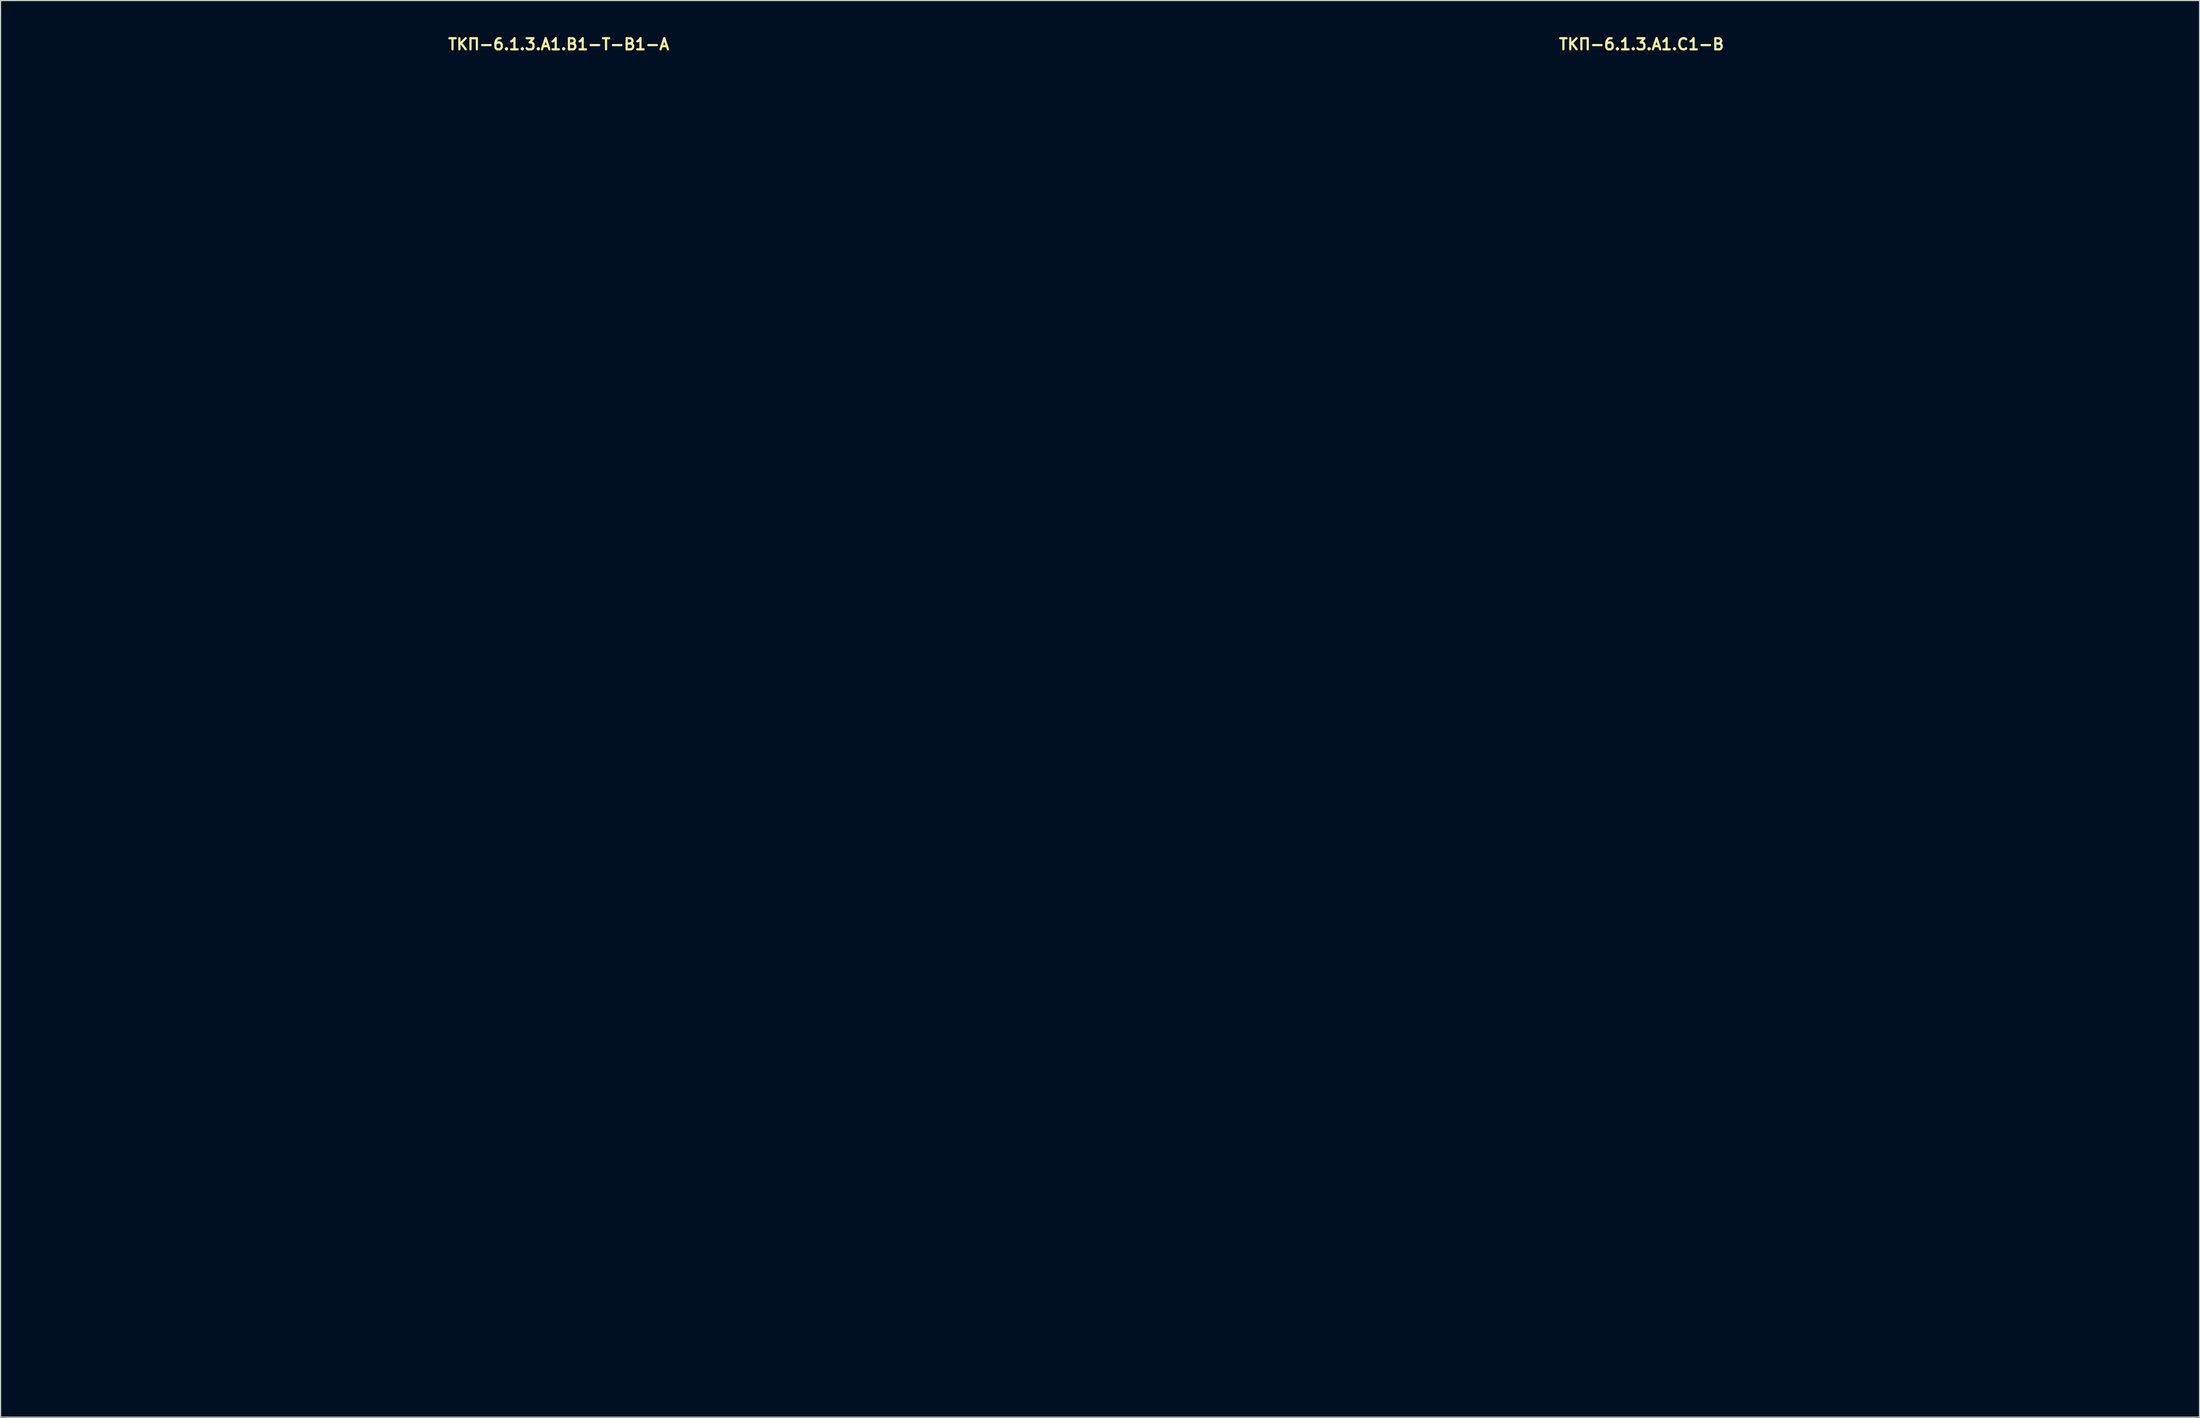
<source format=kicad_pcb>
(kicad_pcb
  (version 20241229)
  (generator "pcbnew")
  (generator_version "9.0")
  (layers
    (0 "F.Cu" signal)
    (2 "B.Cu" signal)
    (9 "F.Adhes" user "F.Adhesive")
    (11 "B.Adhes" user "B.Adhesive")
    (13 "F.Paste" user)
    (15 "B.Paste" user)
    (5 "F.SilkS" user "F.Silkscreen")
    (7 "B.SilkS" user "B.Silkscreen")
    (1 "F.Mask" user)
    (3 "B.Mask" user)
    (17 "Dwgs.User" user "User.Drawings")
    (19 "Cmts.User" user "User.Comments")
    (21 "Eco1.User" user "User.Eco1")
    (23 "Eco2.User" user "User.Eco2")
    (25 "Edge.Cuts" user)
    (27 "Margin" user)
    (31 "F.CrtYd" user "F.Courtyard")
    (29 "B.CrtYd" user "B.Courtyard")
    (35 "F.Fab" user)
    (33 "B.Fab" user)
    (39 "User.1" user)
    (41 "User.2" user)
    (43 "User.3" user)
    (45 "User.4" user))
  (footprint "ТКП-6.1.3.A1.B1-T-B1-A"
    (layer "F.Cu")
    (at 47.2 61.515)
    (property "Reference" "ТКП-6.1.3.A1.B1-T-B1-A" (at 0 -60.579 0) (layer "F.SilkS") (effects (font (size 1 1) (thickness 0.2))))
    (attr through_hole)
    (fp_line (start -47 -56.65) (end -47 56.65) (stroke (width 0.4) (type solid)) (layer "Eco1.User"))
    (fp_line (start -43.9 -59.75) (end 43.9 -59.75) (stroke (width 0.4) (type solid)) (layer "Eco1.User"))
    (fp_line (start -43.9 59.75) (end 43.9 59.75) (stroke (width 0.4) (type solid)) (layer "Eco1.User"))
    (fp_line (start 47 -56.65) (end 47 56.65) (stroke (width 0.4) (type solid)) (layer "Eco1.User"))
    (fp_arc (start -47 -56.65) (mid -46.092031 -58.842031) (end -43.9 -59.75) (stroke (width 0.4) (type solid)) (layer "Eco1.User"))
    (fp_arc (start -43.9 59.75) (mid -46.092031 58.842031) (end -47 56.65) (stroke (width 0.4) (type solid)) (layer "Eco1.User"))
    (fp_arc (start 43.9 -59.75) (mid 46.092031 -58.842031) (end 47 -56.65) (stroke (width 0.4) (type solid)) (layer "Eco1.User"))
    (fp_arc (start 47 56.65) (mid 46.092031 58.842031) (end 43.9 59.75) (stroke (width 0.4) (type solid)) (layer "Eco1.User"))
    (fp_circle (center -38.6 -51.35) (end -37.1 -51.35) (stroke (width 0.4) (type solid)) (fill no) (layer "Eco1.User"))
    (fp_circle (center -38.6 -51.35) (end -35.1 -51.35) (stroke (width 0.4) (type solid)) (fill no) (layer "Eco1.User"))
    (fp_circle (center -38.6 51.35) (end -37.1 51.35) (stroke (width 0.4) (type solid)) (fill no) (layer "Eco1.User"))
    (fp_circle (center -38.6 51.35) (end -35.1 51.35) (stroke (width 0.4) (type solid)) (fill no) (layer "Eco1.User"))
    (fp_circle (center -33.02 -31.55) (end -29.42 -31.55) (stroke (width 0.4) (type solid)) (fill no) (layer "Eco1.User"))
    (fp_circle (center -33.02 -31.55) (end -23.52 -31.55) (stroke (width 0.4) (type solid)) (fill no) (layer "Eco1.User"))
    (fp_circle (center -29.21 -52.07) (end -27.71 -52.07) (stroke (width 0.4) (type solid)) (fill no) (layer "Eco1.User"))
    (fp_circle (center -29.21 -52.07) (end -25.71 -52.07) (stroke (width 0.4) (type solid)) (fill no) (layer "Eco1.User"))
    (fp_circle (center -8.89 -52.07) (end -7.39 -52.07) (stroke (width 0.4) (type solid)) (fill no) (layer "Eco1.User"))
    (fp_circle (center -8.89 -52.07) (end -5.39 -52.07) (stroke (width 0.4) (type solid)) (fill no) (layer "Eco1.User"))
    (fp_circle (center 0 -31.55) (end 3.6 -31.55) (stroke (width 0.4) (type solid)) (fill no) (layer "Eco1.User"))
    (fp_circle (center 0 -31.55) (end 9.5 -31.55) (stroke (width 0.4) (type solid)) (fill no) (layer "Eco1.User"))
    (fp_circle (center 0 13.97) (end 2.65 13.97) (stroke (width 0.4) (type solid)) (fill no) (layer "Eco1.User"))
    (fp_circle (center 0 29.21) (end 6 29.21) (stroke (width 0.4) (type solid)) (fill no) (layer "Eco1.User"))
    (fp_circle (center 0 29.21) (end 9.75 29.21) (stroke (width 0.4) (type solid)) (fill no) (layer "Eco1.User"))
    (fp_circle (center 8.89 -52.07) (end 10.39 -52.07) (stroke (width 0.4) (type solid)) (fill no) (layer "Eco1.User"))
    (fp_circle (center 8.89 -52.07) (end 12.39 -52.07) (stroke (width 0.4) (type solid)) (fill no) (layer "Eco1.User"))
    (fp_circle (center 29.21 -52.07) (end 30.71 -52.07) (stroke (width 0.4) (type solid)) (fill no) (layer "Eco1.User"))
    (fp_circle (center 29.21 -52.07) (end 32.71 -52.07) (stroke (width 0.4) (type solid)) (fill no) (layer "Eco1.User"))
    (fp_circle (center 33.02 -31.55) (end 36.62 -31.55) (stroke (width 0.4) (type solid)) (fill no) (layer "Eco1.User"))
    (fp_circle (center 33.02 -31.55) (end 42.52 -31.55) (stroke (width 0.4) (type solid)) (fill no) (layer "Eco1.User"))
    (fp_circle (center 38.6 -51.35) (end 40.1 -51.35) (stroke (width 0.4) (type solid)) (fill no) (layer "Eco1.User"))
    (fp_circle (center 38.6 -51.35) (end 42.1 -51.35) (stroke (width 0.4) (type solid)) (fill no) (layer "Eco1.User"))
    (fp_circle (center 38.6 51.35) (end 40.1 51.35) (stroke (width 0.4) (type solid)) (fill no) (layer "Eco1.User"))
    (fp_circle (center 38.6 51.35) (end 42.1 51.35) (stroke (width 0.4) (type solid)) (fill no) (layer "Eco1.User"))
    (fp_line (start -47 -59.75) (end -47 59.75) (stroke (width 0.4) (type solid)) (layer "Eco2.User"))
    (fp_line (start -47 -59.75) (end 47 -59.75) (stroke (width 0.4) (type solid)) (layer "Eco2.User"))
    (fp_line (start -47 59.75) (end 47 59.75) (stroke (width 0.4) (type solid)) (layer "Eco2.User"))
    (fp_line (start -5.715 -45.72) (end -4.445 -45.72) (stroke (width 0.25) (type solid)) (layer "Eco2.User"))
    (fp_line (start -5.08 -46.355) (end -5.08 -45.085) (stroke (width 0.25) (type solid)) (layer "Eco2.User"))
    (fp_line (start -3.81 -45.72) (end -1.27 -45.72) (stroke (width 0.5) (type solid)) (layer "Eco2.User"))
    (fp_line (start 0 -45.72) (end 3.81 -45.72) (stroke (width 0.5) (type solid)) (layer "Eco2.User"))
    (fp_line (start 4.445 -45.72) (end 5.715 -45.72) (stroke (width 0.25) (type solid)) (layer "Eco2.User"))
    (fp_line (start 47 -59.75) (end 47 59.75) (stroke (width 0.4) (type solid)) (layer "Eco2.User"))
    (fp_arc (start 0 -44.45) (mid -1.27 -45.72) (end 0 -46.99) (stroke (width 0.5) (type solid)) (layer "Eco2.User"))
    (fp_circle (center -5.08 -45.72) (end -3.81 -45.72) (stroke (width 0.5) (type solid)) (fill no) (layer "Eco2.User"))
    (fp_circle (center 0 -45.72) (end 0.25 -45.72) (stroke (width 0.5) (type solid)) (fill no) (layer "Eco2.User"))
    (fp_circle (center 5.08 -45.72) (end 6.35 -45.72) (stroke (width 0.5) (type solid)) (fill no) (layer "Eco2.User"))
    (fp_poly (pts (xy -19.05 -46.99) (xy -20.32 -44.45) (xy -17.78 -44.45)) (stroke (width 0.5) (type solid)) (fill no) (layer "Eco2.User"))
    (fp_poly (pts (xy 19.05 -44.45) (xy 17.78 -46.99) (xy 20.32 -46.99)) (stroke (width 0.5) (type solid)) (fill no) (layer "Eco2.User"))
    (fp_text user "OUT" (at -19.05 -52.07 0) (unlocked yes) (layer "Eco2.User") (effects (font (size 3 3) (thickness 0.5))))
    (fp_text user "TREBLE" (at 0 -18.415 0) (unlocked yes) (layer "Eco2.User") (effects (font (size 3 3) (thickness 0.5))))
    (fp_text user "GAIN" (at -33.02 -18.415 0) (unlocked yes) (layer "Eco2.User") (effects (font (size 3 3) (thickness 0.5))))
    (fp_text user "9V" (at 0 -52.07 0) (unlocked yes) (layer "Eco2.User") (effects (font (size 3 3) (thickness 0.5))))
    (fp_text user "OUTPUT" (at 33.02 -18.415 0) (unlocked yes) (layer "Eco2.User") (effects (font (size 3 3) (thickness 0.5))))
    (fp_text user "IN" (at 19.05 -52.07 0) (unlocked yes) (layer "Eco2.User") (effects (font (size 3 3) (thickness 0.5))))
    (fp_text user "-ТТКРЧПДЛ-\nFISHTAUR\nREV. 1" (at 0 48.26 0) (unlocked yes) (layer "Eco2.User") (effects (font (size 3 3) (thickness 0.5)))))
  (footprint "ТКП-6.1.3.A1.C1-B"
    (layer "F.Cu")
    (at 144.6 61.515)
    (property "Reference" "ТКП-6.1.3.A1.C1-B" (at 0 -60.579 0) (layer "F.SilkS") (effects (font (size 1 1) (thickness 0.2))))
    (attr through_hole)
    (fp_line (start -47 -56.65) (end -47 56.65) (stroke (width 0.4) (type solid)) (layer "Eco1.User"))
    (fp_line (start -43.9 -59.75) (end 43.9 -59.75) (stroke (width 0.4) (type solid)) (layer "Eco1.User"))
    (fp_line (start -43.9 59.75) (end 43.9 59.75) (stroke (width 0.4) (type solid)) (layer "Eco1.User"))
    (fp_line (start 47 -56.65) (end 47 56.65) (stroke (width 0.4) (type solid)) (layer "Eco1.User"))
    (fp_arc (start -47 -56.65) (mid -46.092031 -58.842031) (end -43.9 -59.75) (stroke (width 0.4) (type solid)) (layer "Eco1.User"))
    (fp_arc (start -43.9 59.75) (mid -46.092031 58.842031) (end -47 56.65) (stroke (width 0.4) (type solid)) (layer "Eco1.User"))
    (fp_arc (start 43.9 -59.75) (mid 46.092031 -58.842031) (end 47 -56.65) (stroke (width 0.4) (type solid)) (layer "Eco1.User"))
    (fp_arc (start 47 56.65) (mid 46.092031 58.842031) (end 43.9 59.75) (stroke (width 0.4) (type solid)) (layer "Eco1.User"))
    (fp_circle (center -38.6 -51.35) (end -37.1 -51.35) (stroke (width 0.4) (type solid)) (fill no) (layer "Eco1.User"))
    (fp_circle (center -38.6 51.35) (end -37.1 51.35) (stroke (width 0.4) (type solid)) (fill no) (layer "Eco1.User"))
    (fp_circle (center -33.02 -31.55) (end -29.42 -31.55) (stroke (width 0.4) (type solid)) (fill no) (layer "Eco1.User"))
    (fp_circle (center -33.02 -4.88) (end -29.42 -4.88) (stroke (width 0.4) (type solid)) (fill no) (layer "Eco1.User"))
    (fp_circle (center -29.21 -52.07) (end -27.71 -52.07) (stroke (width 0.4) (type solid)) (fill no) (layer "Eco1.User"))
    (fp_circle (center -8.89 -52.07) (end -7.39 -52.07) (stroke (width 0.4) (type solid)) (fill no) (layer "Eco1.User"))
    (fp_circle (center 0 -31.55) (end 3.6 -31.55) (stroke (width 0.4) (type solid)) (fill no) (layer "Eco1.User"))
    (fp_circle (center 0 -4.88) (end 3.6 -4.88) (stroke (width 0.4) (type solid)) (fill no) (layer "Eco1.User"))
    (fp_circle (center 0 13.97) (end 2.65 13.97) (stroke (width 0.4) (type solid)) (fill no) (layer "Eco1.User"))
    (fp_circle (center 0 29.21) (end 6 29.21) (stroke (width 0.4) (type solid)) (fill no) (layer "Eco1.User"))
    (fp_circle (center 8.89 -52.07) (end 10.39 -52.07) (stroke (width 0.4) (type solid)) (fill no) (layer "Eco1.User"))
    (fp_circle (center 29.21 -52.07) (end 30.71 -52.07) (stroke (width 0.4) (type solid)) (fill no) (layer "Eco1.User"))
    (fp_circle (center 33.02 -31.55) (end 36.62 -31.55) (stroke (width 0.4) (type solid)) (fill no) (layer "Eco1.User"))
    (fp_circle (center 33.02 -4.88) (end 36.62 -4.88) (stroke (width 0.4) (type solid)) (fill no) (layer "Eco1.User"))
    (fp_circle (center 38.6 -51.35) (end 40.1 -51.35) (stroke (width 0.4) (type solid)) (fill no) (layer "Eco1.User"))
    (fp_circle (center 38.6 51.35) (end 40.1 51.35) (stroke (width 0.4) (type solid)) (fill no) (layer "Eco1.User")))
  (gr_rect
    (start -3 -3)
    (end 194.8 124.465)
    (stroke (width 0.1) (type default))
    (fill no)
    (layer "Edge.Cuts")))
</source>
